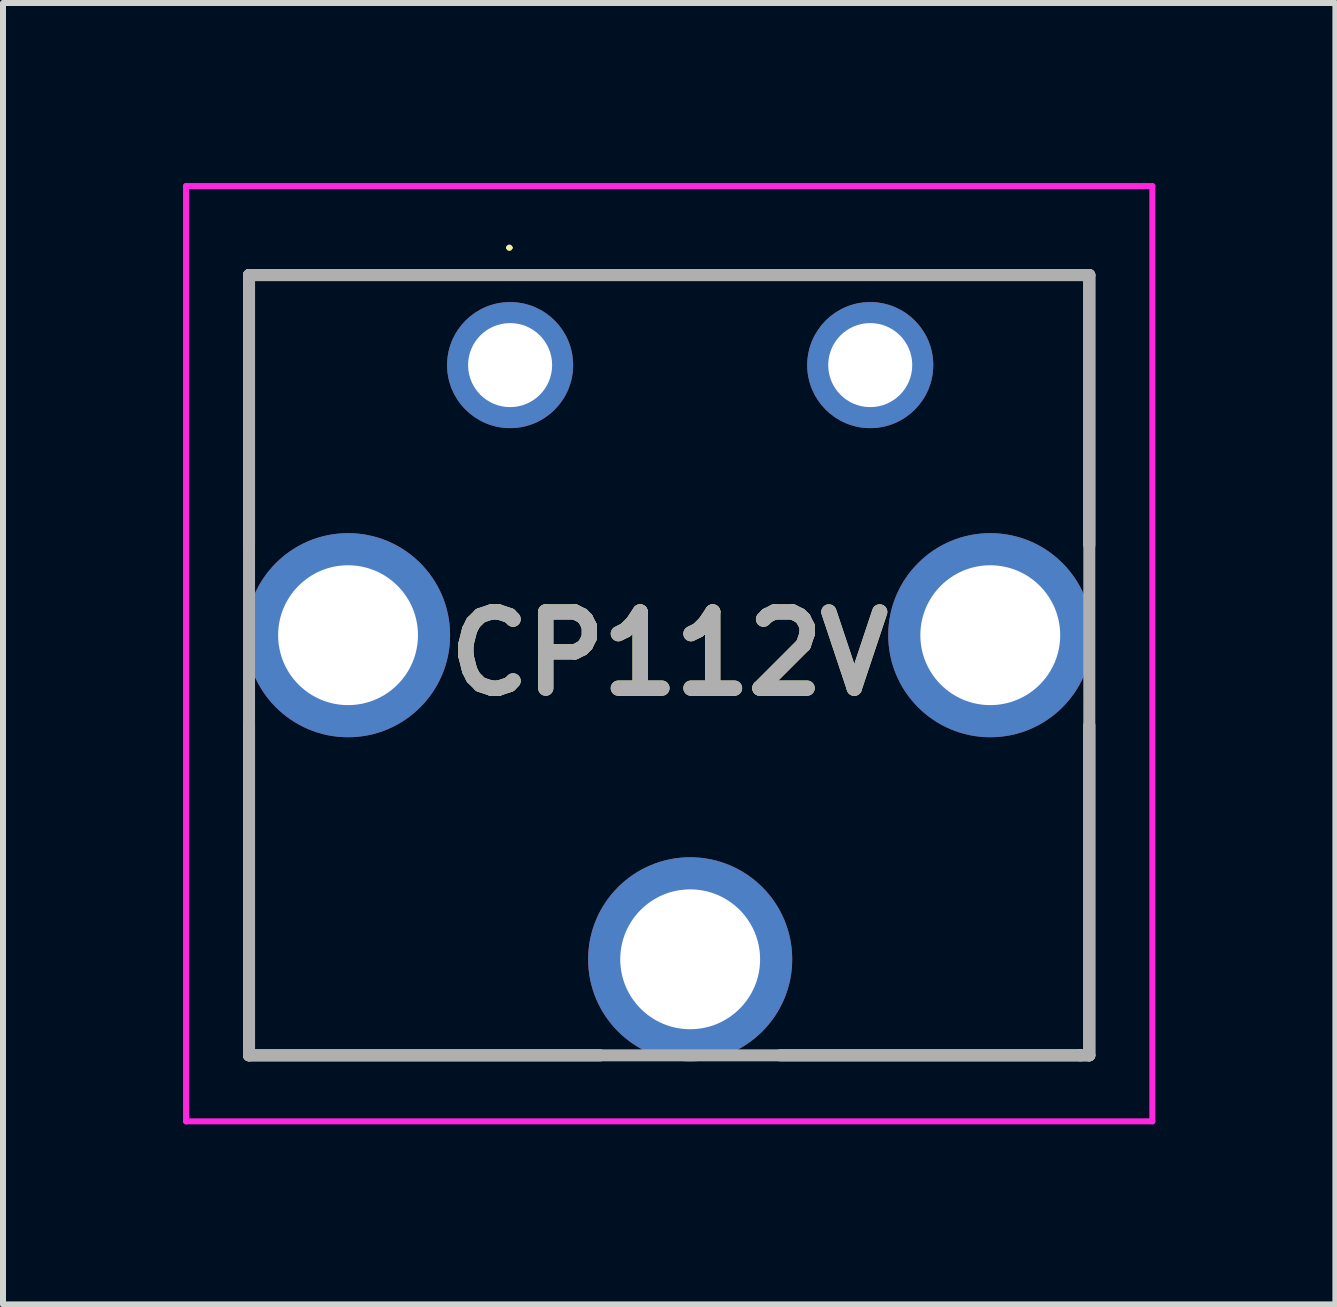
<source format=kicad_pcb>
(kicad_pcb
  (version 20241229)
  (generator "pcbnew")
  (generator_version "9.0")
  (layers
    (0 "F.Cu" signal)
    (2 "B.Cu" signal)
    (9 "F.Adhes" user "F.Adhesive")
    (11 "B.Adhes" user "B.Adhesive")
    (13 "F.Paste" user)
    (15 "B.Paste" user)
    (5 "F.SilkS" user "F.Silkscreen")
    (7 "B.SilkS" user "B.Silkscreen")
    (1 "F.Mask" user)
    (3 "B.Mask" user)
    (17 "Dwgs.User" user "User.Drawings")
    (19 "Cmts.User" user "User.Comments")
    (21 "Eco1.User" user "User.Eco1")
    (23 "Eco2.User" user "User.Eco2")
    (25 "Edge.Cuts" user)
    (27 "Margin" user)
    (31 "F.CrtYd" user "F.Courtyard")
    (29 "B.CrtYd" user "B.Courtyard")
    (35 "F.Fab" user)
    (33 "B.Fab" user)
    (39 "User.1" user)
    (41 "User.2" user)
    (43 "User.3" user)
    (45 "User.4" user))
  (footprint "CP112V"
    (layer "F.Cu")
    (at 5.449 3.033)
    (property "Reference" "CP112V" (at 2.65 4.808 0) (layer "F.SilkS") (effects (font (size 1.27 1.27) (thickness 0.254))))
    (attr through_hole)
    (fp_line (start -4.35 -1.5) (end 9.65 -1.5) (stroke (width 0.2) (type solid)) (layer "F.SilkS"))
    (fp_line (start -4.35 3) (end -4.35 -1.5) (stroke (width 0.2) (type solid)) (layer "F.SilkS"))
    (fp_line (start -4.35 6) (end -4.35 11.5) (stroke (width 0.2) (type solid)) (layer "F.SilkS"))
    (fp_line (start -4.35 11.5) (end 1.5 11.5) (stroke (width 0.2) (type solid)) (layer "F.SilkS"))
    (fp_line (start -0.039 -1.956) (end -0.039 -1.956) (stroke (width 0.053) (type solid)) (layer "F.SilkS"))
    (fp_line (start 0.014 -1.956) (end 0.014 -1.956) (stroke (width 0.053) (type solid)) (layer "F.SilkS"))
    (fp_line (start 4.5 11.5) (end 9.5 11.5) (stroke (width 0.2) (type solid)) (layer "F.SilkS"))
    (fp_line (start 9.5 11.5) (end 9.65 11.5) (stroke (width 0.2) (type solid)) (layer "F.SilkS"))
    (fp_line (start 9.65 -1.5) (end 9.65 3) (stroke (width 0.2) (type solid)) (layer "F.SilkS"))
    (fp_line (start 9.65 11.5) (end 9.65 6) (stroke (width 0.2) (type solid)) (layer "F.SilkS"))
    (fp_arc (start -0.039 -1.955) (mid -0.013 -1.982) (end 0.014 -1.956) (stroke (width 0.053) (type solid)) (layer "F.SilkS"))
    (fp_arc (start 0.014 -1.955) (mid -0.013 -1.929) (end -0.039 -1.956) (stroke (width 0.053) (type solid)) (layer "F.SilkS"))
    (fp_line (start -5.399 -2.983) (end 10.7 -2.983) (stroke (width 0.1) (type solid)) (layer "F.CrtYd"))
    (fp_line (start -5.399 12.6) (end -5.399 -2.983) (stroke (width 0.1) (type solid)) (layer "F.CrtYd"))
    (fp_line (start 10.7 -2.983) (end 10.7 12.6) (stroke (width 0.1) (type solid)) (layer "F.CrtYd"))
    (fp_line (start 10.7 12.6) (end -5.399 12.6) (stroke (width 0.1) (type solid)) (layer "F.CrtYd"))
    (fp_line (start -4.35 -1.5) (end 9.65 -1.5) (stroke (width 0.2) (type solid)) (layer "F.Fab"))
    (fp_line (start -4.35 11.5) (end -4.35 -1.5) (stroke (width 0.2) (type solid)) (layer "F.Fab"))
    (fp_line (start 9.65 -1.5) (end 9.65 11.5) (stroke (width 0.2) (type solid)) (layer "F.Fab"))
    (fp_line (start 9.65 11.5) (end -4.35 11.5) (stroke (width 0.2) (type solid)) (layer "F.Fab"))
    (fp_text user "${REFERENCE}" (at 2.65 4.808 0) (layer "F.Fab") (effects (font (size 1.27 1.27) (thickness 0.254))))
    (pad "1" thru_hole circle (at 0 0) (size 2.1 2.1) (drill 1.4) (layers "*.Cu" "*.Mask"))
    (pad "2" thru_hole circle (at -2.7 4.5) (size 3.4 3.4) (drill 2.33) (layers "*.Cu" "*.Mask"))
    (pad "3" thru_hole circle (at 3 9.9) (size 3.4 3.4) (drill 2.33) (layers "*.Cu" "*.Mask"))
    (pad "4" thru_hole circle (at 8 4.5) (size 3.4 3.4) (drill 2.33) (layers "*.Cu" "*.Mask"))
    (pad "5" thru_hole circle (at 6 0) (size 2.1 2.1) (drill 1.4) (layers "*.Cu" "*.Mask")))
  (gr_rect
    (start -3 -3)
    (end 19.199 18.683)
    (stroke (width 0.1) (type default))
    (fill no)
    (layer "Edge.Cuts")))
</source>
